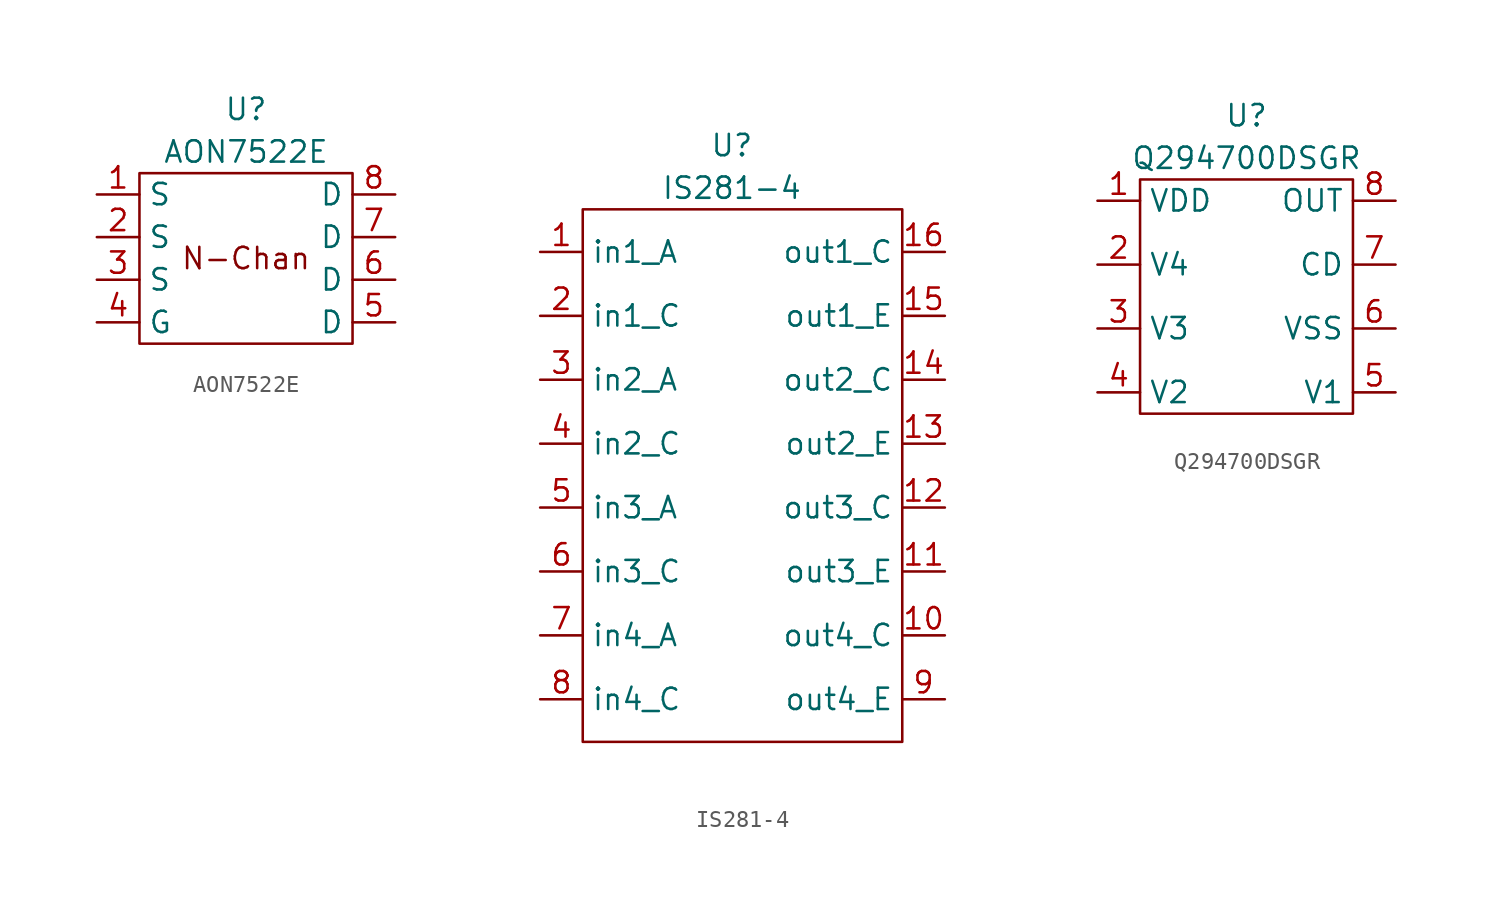
<source format=kicad_sym>
(kicad_symbol_lib
  (version 20211014)
  (generator kicad_symbol_editor)
  (symbol "AON7522E"
    (property "Reference" "U"
      (at 0 3.81 0)
      (effects (font (size 1.27 1.27))))
    (property "Value" "AON7522E"
      (at 0 1.27 0)
      (effects (font (size 1.27 1.27))))
    (symbol "AON7522E_0_0"
      (text "N-Chan" (at 0 -5.08 0) (effects (font (size 1.27 1.27)))))
    (symbol "AON7522E_0_1"
      (rectangle (start 6.35 0) (end -6.35 -10.16) (stroke (width 0) (type default) (color 0 0 0 0)) (fill (type none))))
    (symbol "AON7522E_1_1"
      (pin free line (at -8.89 -1.27 0) (length 2.54) (name "S" (effects (font (size 1.27 1.27)))) (number "1" (effects (font (size 1.27 1.27)))))
      (pin free line (at -8.89 -3.81 0) (length 2.54) (name "S" (effects (font (size 1.27 1.27)))) (number "2" (effects (font (size 1.27 1.27)))))
      (pin free line (at -8.89 -6.35 0) (length 2.54) (name "S" (effects (font (size 1.27 1.27)))) (number "3" (effects (font (size 1.27 1.27)))))
      (pin free line (at -8.89 -8.89 0) (length 2.54) (name "G" (effects (font (size 1.27 1.27)))) (number "4" (effects (font (size 1.27 1.27)))))
      (pin free line (at 8.89 -8.89 180) (length 2.54) (name "D" (effects (font (size 1.27 1.27)))) (number "5" (effects (font (size 1.27 1.27)))))
      (pin free line (at 8.89 -6.35 180) (length 2.54) (name "D" (effects (font (size 1.27 1.27)))) (number "6" (effects (font (size 1.27 1.27)))))
      (pin free line (at 8.89 -3.81 180) (length 2.54) (name "D" (effects (font (size 1.27 1.27)))) (number "7" (effects (font (size 1.27 1.27)))))
      (pin free line (at 8.89 -1.27 180) (length 2.54) (name "D" (effects (font (size 1.27 1.27)))) (number "8" (effects (font (size 1.27 1.27)))))))
  (symbol "IS281-4"
    (property "Reference" "U"
      (at 0 5.08 0)
      (effects (font (size 1.27 1.27))))
    (property "Value" "IS281-4"
      (at 0 2.54 0)
      (effects (font (size 1.27 1.27))))
    (symbol "IS281-4_0_1"
      (rectangle (start 10.16 1.27) (end -8.89 -30.48) (stroke (width 0) (type default) (color 0 0 0 0)) (fill (type none))))
    (symbol "IS281-4_1_1"
      (pin input line (at -11.43 -1.27 0) (length 2.54) (name "in1_A" (effects (font (size 1.27 1.27)))) (number "1" (effects (font (size 1.27 1.27)))))
      (pin open_collector line (at 12.7 -24.13 180) (length 2.54) (name "out4_C" (effects (font (size 1.27 1.27)))) (number "10" (effects (font (size 1.27 1.27)))))
      (pin open_emitter line (at 12.7 -20.32 180) (length 2.54) (name "out3_E" (effects (font (size 1.27 1.27)))) (number "11" (effects (font (size 1.27 1.27)))))
      (pin open_collector line (at 12.7 -16.51 180) (length 2.54) (name "out3_C" (effects (font (size 1.27 1.27)))) (number "12" (effects (font (size 1.27 1.27)))))
      (pin open_emitter line (at 12.7 -12.7 180) (length 2.54) (name "out2_E" (effects (font (size 1.27 1.27)))) (number "13" (effects (font (size 1.27 1.27)))))
      (pin open_collector line (at 12.7 -8.89 180) (length 2.54) (name "out2_C" (effects (font (size 1.27 1.27)))) (number "14" (effects (font (size 1.27 1.27)))))
      (pin open_emitter line (at 12.7 -5.08 180) (length 2.54) (name "out1_E" (effects (font (size 1.27 1.27)))) (number "15" (effects (font (size 1.27 1.27)))))
      (pin open_collector line (at 12.7 -1.27 180) (length 2.54) (name "out1_C" (effects (font (size 1.27 1.27)))) (number "16" (effects (font (size 1.27 1.27)))))
      (pin input line (at -11.43 -5.08 0) (length 2.54) (name "in1_C" (effects (font (size 1.27 1.27)))) (number "2" (effects (font (size 1.27 1.27)))))
      (pin input line (at -11.43 -8.89 0) (length 2.54) (name "in2_A" (effects (font (size 1.27 1.27)))) (number "3" (effects (font (size 1.27 1.27)))))
      (pin input line (at -11.43 -12.7 0) (length 2.54) (name "in2_C" (effects (font (size 1.27 1.27)))) (number "4" (effects (font (size 1.27 1.27)))))
      (pin input line (at -11.43 -16.51 0) (length 2.54) (name "in3_A" (effects (font (size 1.27 1.27)))) (number "5" (effects (font (size 1.27 1.27)))))
      (pin input line (at -11.43 -20.32 0) (length 2.54) (name "in3_C" (effects (font (size 1.27 1.27)))) (number "6" (effects (font (size 1.27 1.27)))))
      (pin input line (at -11.43 -24.13 0) (length 2.54) (name "in4_A" (effects (font (size 1.27 1.27)))) (number "7" (effects (font (size 1.27 1.27)))))
      (pin input line (at -11.43 -27.94 0) (length 2.54) (name "in4_C" (effects (font (size 1.27 1.27)))) (number "8" (effects (font (size 1.27 1.27)))))
      (pin open_emitter line (at 12.7 -27.94 180) (length 2.54) (name "out4_E" (effects (font (size 1.27 1.27)))) (number "9" (effects (font (size 1.27 1.27)))))))
  (symbol "Q294700DSGR"
    (property "Reference" "U"
      (at 0 7.62 0)
      (effects (font (size 1.27 1.27))))
    (property "Value" "Q294700DSGR"
      (at 0 5.08 0)
      (effects (font (size 1.27 1.27))))
    (symbol "Q294700DSGR_0_1"
      (rectangle (start 6.35 3.81) (end -6.35 -10.16) (stroke (width 0) (type default) (color 0 0 0 0)) (fill (type none))))
    (symbol "Q294700DSGR_1_1"
      (pin input line (at -8.89 2.54 0) (length 2.54) (name "VDD" (effects (font (size 1.27 1.27)))) (number "1" (effects (font (size 1.27 1.27)))))
      (pin input line (at -8.89 -1.27 0) (length 2.54) (name "V4" (effects (font (size 1.27 1.27)))) (number "2" (effects (font (size 1.27 1.27)))))
      (pin input line (at -8.89 -5.08 0) (length 2.54) (name "V3" (effects (font (size 1.27 1.27)))) (number "3" (effects (font (size 1.27 1.27)))))
      (pin input line (at -8.89 -8.89 0) (length 2.54) (name "V2" (effects (font (size 1.27 1.27)))) (number "4" (effects (font (size 1.27 1.27)))))
      (pin input line (at 8.89 -8.89 180) (length 2.54) (name "V1" (effects (font (size 1.27 1.27)))) (number "5" (effects (font (size 1.27 1.27)))))
      (pin input line (at 8.89 -5.08 180) (length 2.54) (name "VSS" (effects (font (size 1.27 1.27)))) (number "6" (effects (font (size 1.27 1.27)))))
      (pin bidirectional line (at 8.89 -1.27 180) (length 2.54) (name "CD" (effects (font (size 1.27 1.27)))) (number "7" (effects (font (size 1.27 1.27)))))
      (pin output line (at 8.89 2.54 180) (length 2.54) (name "OUT" (effects (font (size 1.27 1.27)))) (number "8" (effects (font (size 1.27 1.27))))))))
</source>
